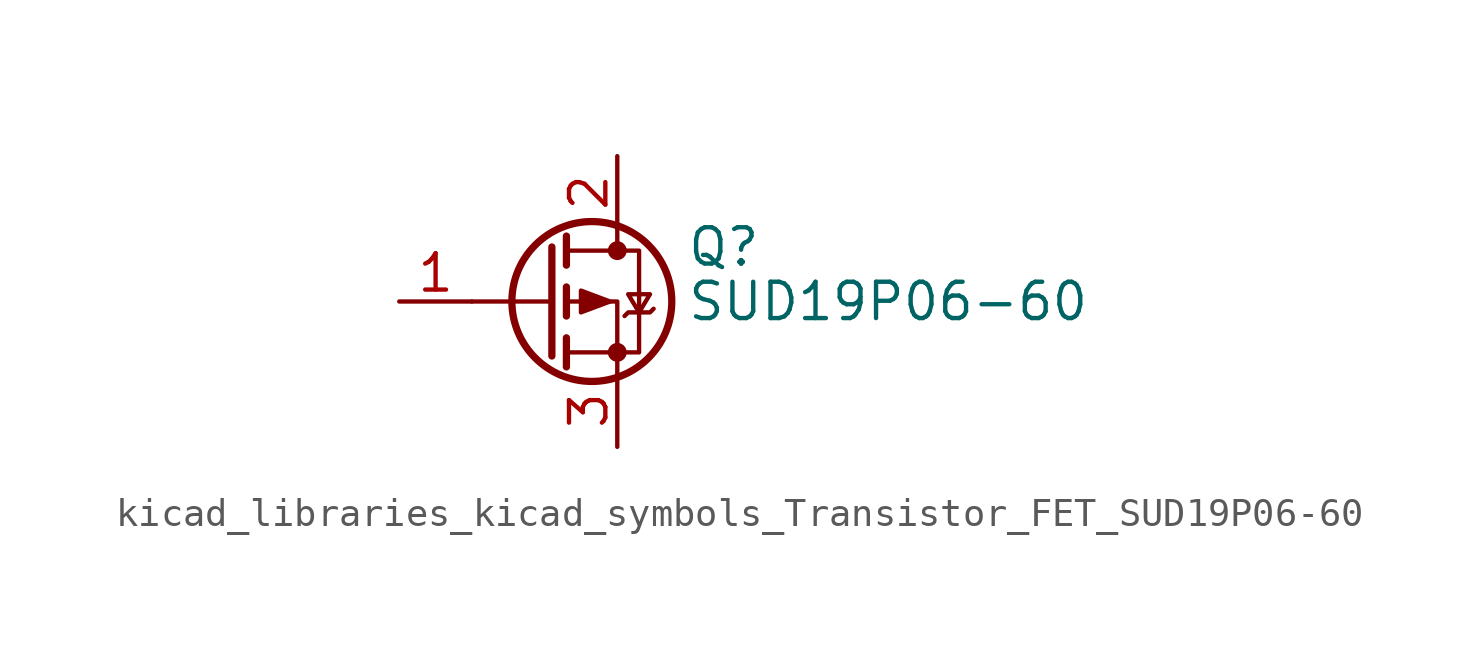
<source format=kicad_sym>
(kicad_symbol_lib
  (version 20220914)
  (generator kicad_symbol_editor)
  (symbol "kicad_libraries_kicad_symbols_Transistor_FET_SUD19P06-60"
    (pin_names hide)
    (property "Reference" "Q"
      (at 4.953 1.905 0)
      (effects (font (size 1.27 1.27)) (justify left)))
    (property "Value" "SUD19P06-60"
      (at 4.953 0 0)
      (effects (font (size 1.27 1.27)) (justify left)))
    (symbol "kicad_libraries_kicad_symbols_Transistor_FET_SUD19P06-60_0_1"
      (polyline (pts (xy 0.254 0) (xy -2.54 0)) (stroke (width 0) (type default)) (fill (type none)))
      (polyline (pts (xy 0.254 1.905) (xy 0.254 -1.905)) (stroke (width 0.254) (type default)) (fill (type none)))
      (polyline (pts (xy 0.762 -1.27) (xy 0.762 -2.286)) (stroke (width 0.254) (type default)) (fill (type none)))
      (polyline (pts (xy 0.762 0.508) (xy 0.762 -0.508)) (stroke (width 0.254) (type default)) (fill (type none)))
      (polyline (pts (xy 0.762 2.286) (xy 0.762 1.27)) (stroke (width 0.254) (type default)) (fill (type none)))
      (polyline (pts (xy 2.54 2.54) (xy 2.54 1.778)) (stroke (width 0) (type default)) (fill (type none)))
      (polyline (pts (xy 2.54 -2.54) (xy 2.54 0) (xy 0.762 0)) (stroke (width 0) (type default)) (fill (type none)))
      (polyline (pts (xy 0.762 1.778) (xy 3.302 1.778) (xy 3.302 -1.778) (xy 0.762 -1.778)) (stroke (width 0) (type default)) (fill (type none)))
      (polyline (pts (xy 2.286 0) (xy 1.27 0.381) (xy 1.27 -0.381) (xy 2.286 0)) (stroke (width 0) (type default)) (fill (type outline)))
      (polyline (pts (xy 2.794 -0.508) (xy 2.921 -0.381) (xy 3.683 -0.381) (xy 3.81 -0.254)) (stroke (width 0) (type default)) (fill (type none)))
      (polyline (pts (xy 3.302 -0.381) (xy 2.921 0.254) (xy 3.683 0.254) (xy 3.302 -0.381)) (stroke (width 0) (type default)) (fill (type none)))
      (circle (center 1.651 0) (radius 2.794) (stroke (width 0.254) (type default)) (fill (type none)))
      (circle (center 2.54 -1.778) (radius 0.254) (stroke (width 0) (type default)) (fill (type outline)))
      (circle (center 2.54 1.778) (radius 0.254) (stroke (width 0) (type default)) (fill (type outline))))
    (symbol "kicad_libraries_kicad_symbols_Transistor_FET_SUD19P06-60_1_1"
      (pin input line (at -5.08 0 0) (length 2.54) (name "G" (effects (font (size 1.27 1.27)))) (number "1" (effects (font (size 1.27 1.27)))))
      (pin passive line (at 2.54 5.08 270) (length 2.54) (name "D" (effects (font (size 1.27 1.27)))) (number "2" (effects (font (size 1.27 1.27)))))
      (pin passive line (at 2.54 -5.08 90) (length 2.54) (name "S" (effects (font (size 1.27 1.27)))) (number "3" (effects (font (size 1.27 1.27))))))))
</source>
